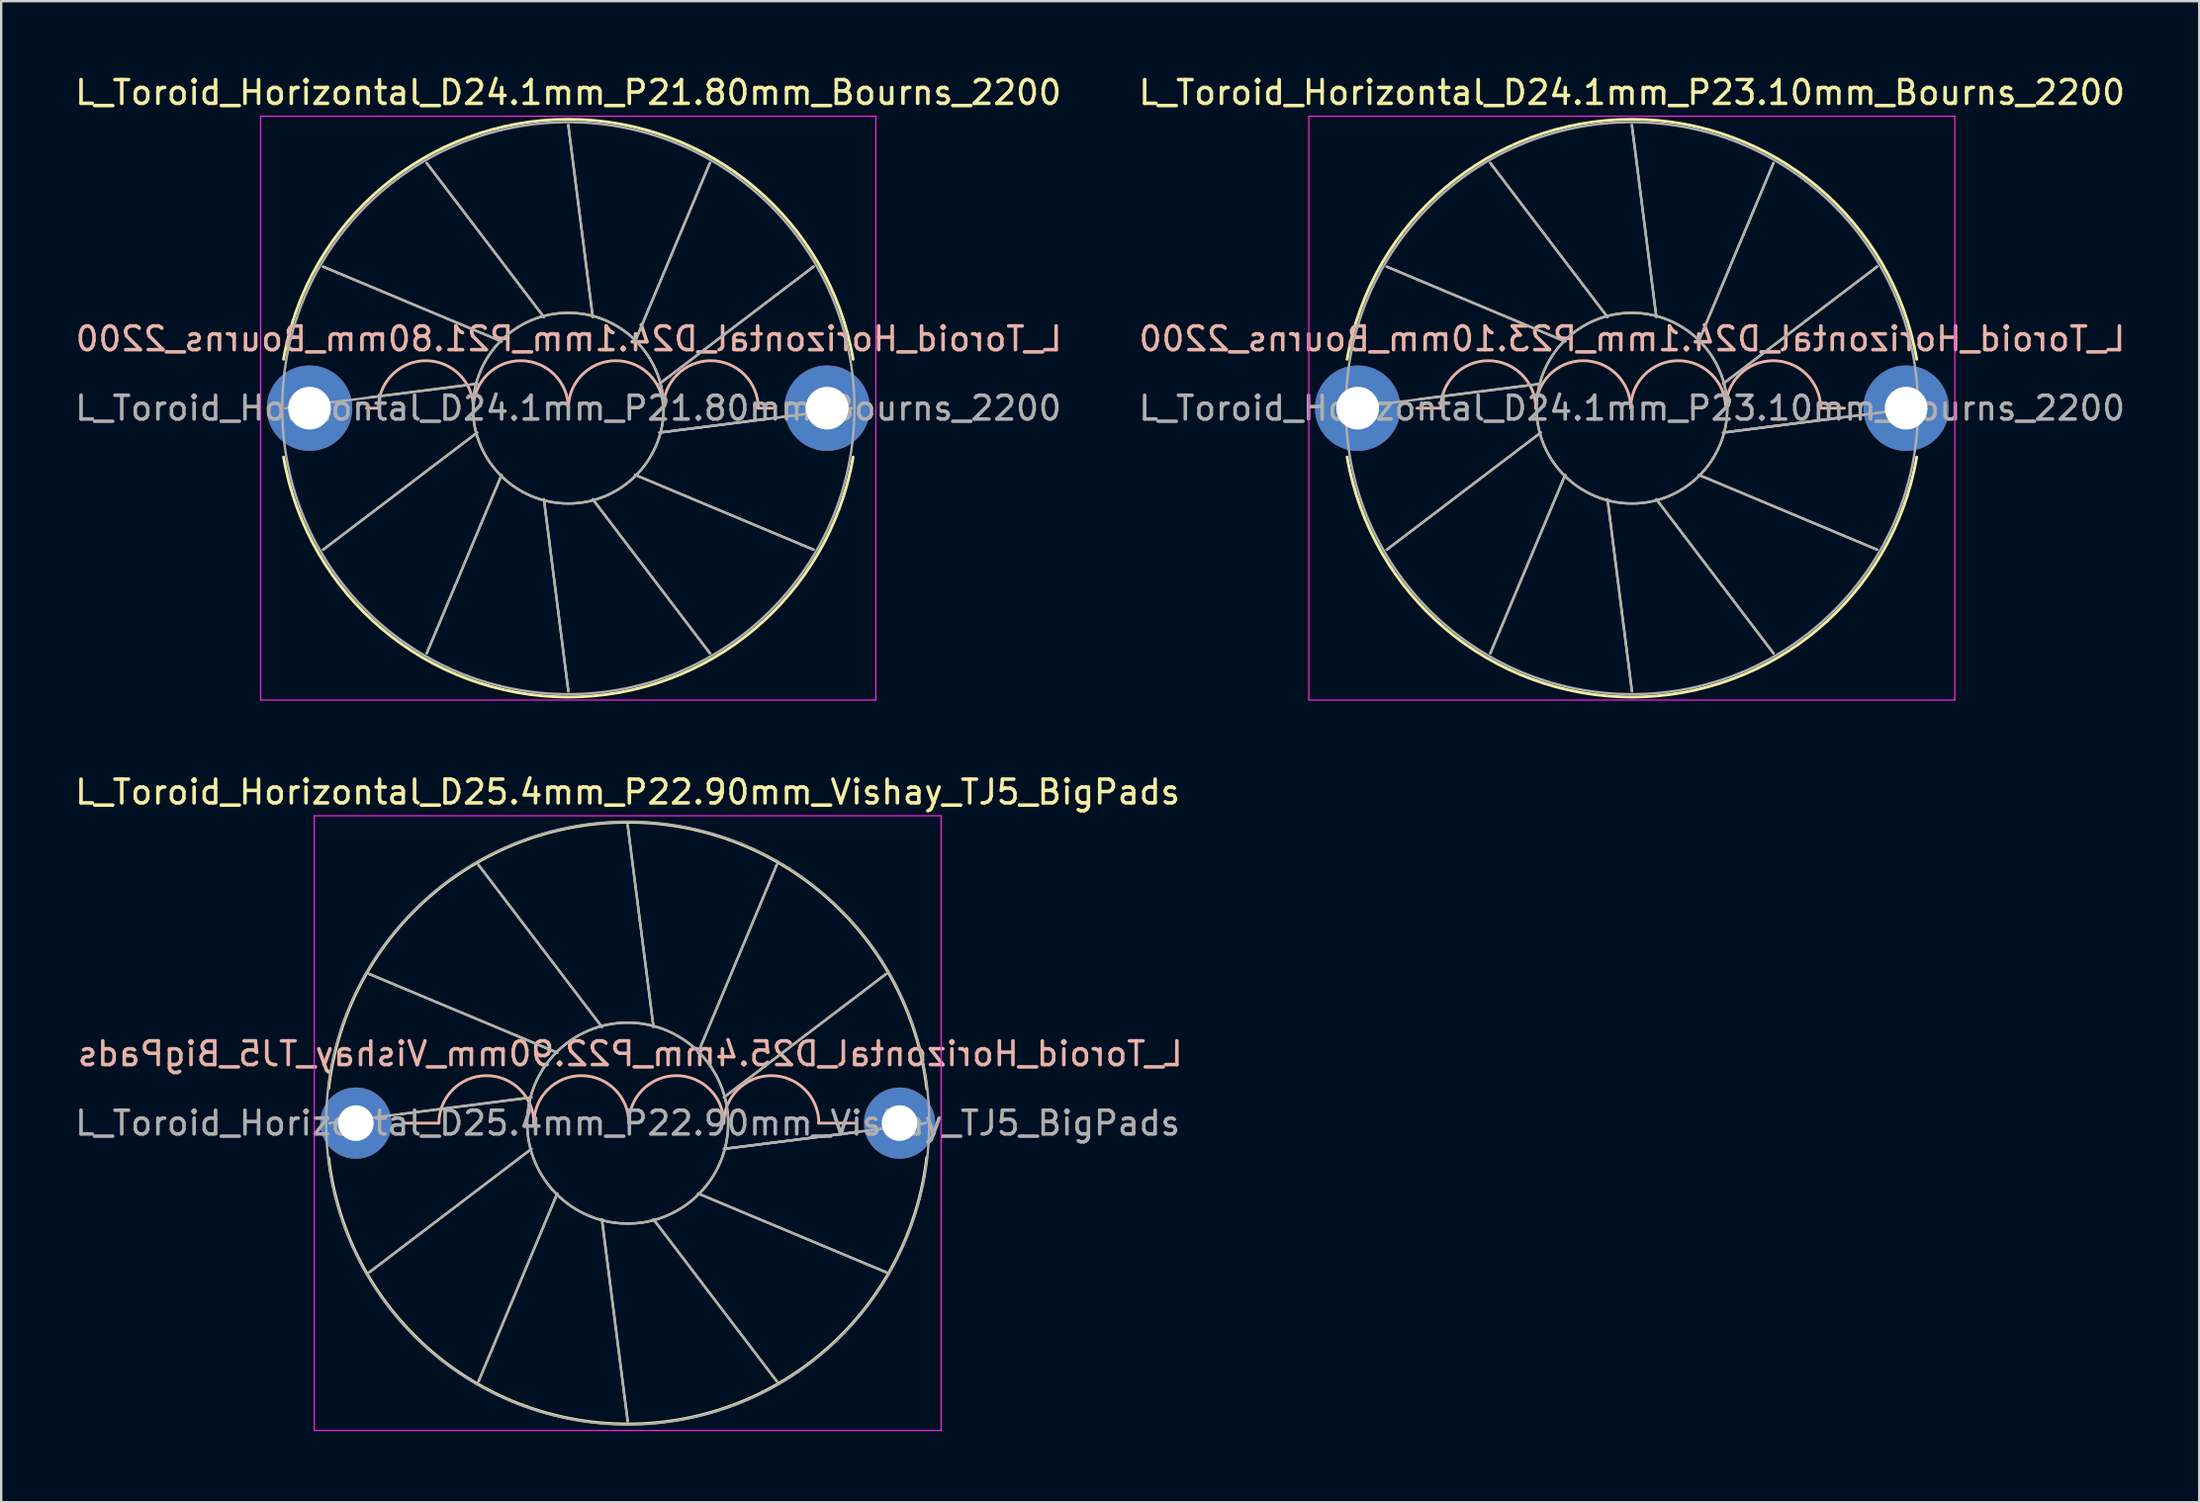
<source format=kicad_pcb>
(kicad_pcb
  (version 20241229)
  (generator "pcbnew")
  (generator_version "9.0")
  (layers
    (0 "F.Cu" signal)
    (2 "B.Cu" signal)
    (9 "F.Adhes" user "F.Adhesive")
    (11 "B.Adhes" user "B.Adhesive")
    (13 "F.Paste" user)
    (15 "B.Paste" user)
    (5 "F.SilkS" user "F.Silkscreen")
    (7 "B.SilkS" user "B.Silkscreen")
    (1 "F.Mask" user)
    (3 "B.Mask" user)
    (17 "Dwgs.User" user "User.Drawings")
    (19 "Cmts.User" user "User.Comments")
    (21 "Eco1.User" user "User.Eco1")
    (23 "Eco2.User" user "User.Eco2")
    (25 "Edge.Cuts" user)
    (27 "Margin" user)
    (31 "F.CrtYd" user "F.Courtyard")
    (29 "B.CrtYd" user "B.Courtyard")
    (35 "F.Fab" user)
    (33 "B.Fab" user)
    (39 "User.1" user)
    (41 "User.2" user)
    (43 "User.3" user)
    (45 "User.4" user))
  (footprint "L_Toroid_Horizontal_D24.1mm_P21.80mm_Bourns_2200"
    (layer "F.Cu")
    (at 9.987 14.148)
    (property "Reference" "L_Toroid_Horizontal_D24.1mm_P21.80mm_Bourns_2200" (at 10.9 -13.3 0) (layer "F.SilkS") (effects (font (size 1 1) (thickness 0.15))))
    (fp_line (start 0.571 -5.962) (end 8.089 -2.81) (stroke (width 0.1) (type solid)) (layer "F.SilkS"))
    (fp_line (start 0.572 5.964) (end 7.061 1.029) (stroke (width 0.1) (type solid)) (layer "F.SilkS"))
    (fp_line (start 2.477 -0.445) (end 7.061 -1.028) (stroke (width 0.1) (type solid)) (layer "F.SilkS"))
    (fp_line (start 4.935 -10.328) (end 9.871 -3.839) (stroke (width 0.1) (type solid)) (layer "F.SilkS"))
    (fp_line (start 4.937 10.329) (end 8.09 2.811) (stroke (width 0.1) (type solid)) (layer "F.SilkS"))
    (fp_line (start 10.898 -11.927) (end 11.928 -3.839) (stroke (width 0.1) (type solid)) (layer "F.SilkS"))
    (fp_line (start 10.901 11.927) (end 9.872 3.839) (stroke (width 0.1) (type solid)) (layer "F.SilkS"))
    (fp_line (start 16.862 -10.33) (end 13.71 -2.811) (stroke (width 0.1) (type solid)) (layer "F.SilkS"))
    (fp_line (start 16.864 10.329) (end 11.929 3.839) (stroke (width 0.1) (type solid)) (layer "F.SilkS"))
    (fp_line (start 19.304 0.445) (end 14.739 1.029) (stroke (width 0.1) (type solid)) (layer "F.SilkS"))
    (fp_line (start 21.228 -5.965) (end 14.739 -1.029) (stroke (width 0.1) (type solid)) (layer "F.SilkS"))
    (fp_line (start 21.229 5.963) (end 13.711 2.81) (stroke (width 0.1) (type solid)) (layer "F.SilkS"))
    (fp_arc (start -1.094386 -2.06) (mid 10.9 -12.17) (end 22.894386 -2.06) (stroke (width 0.12) (type solid)) (layer "F.SilkS"))
    (fp_arc (start 22.894386 2.06) (mid 10.9 12.17) (end -1.094386 2.06) (stroke (width 0.12) (type solid)) (layer "F.SilkS"))
    (fp_circle (center 10.9 0) (end 14.917 0) (stroke (width 0.1) (type solid)) (fill no) (layer "F.SilkS"))
    (fp_line (start 2.9 0) (end 2.4 0) (stroke (width 0.12) (type solid)) (layer "B.SilkS"))
    (fp_line (start 18.9 0) (end 19.5 0) (stroke (width 0.12) (type solid)) (layer "B.SilkS"))
    (fp_arc (start 2.9 0) (mid 4.9 -2) (end 6.9 0) (stroke (width 0.12) (type solid)) (layer "B.SilkS"))
    (fp_arc (start 6.9 0) (mid 8.9 -2) (end 10.9 0) (stroke (width 0.12) (type solid)) (layer "B.SilkS"))
    (fp_arc (start 10.9 0) (mid 12.9 -2) (end 14.9 0) (stroke (width 0.12) (type solid)) (layer "B.SilkS"))
    (fp_arc (start 14.9 0) (mid 16.9 -2) (end 18.9 0) (stroke (width 0.12) (type solid)) (layer "B.SilkS"))
    (fp_line (start -2.06 -12.3) (end -2.06 12.3) (stroke (width 0.05) (type solid)) (layer "F.CrtYd"))
    (fp_line (start -2.06 12.3) (end 23.85 12.3) (stroke (width 0.05) (type solid)) (layer "F.CrtYd"))
    (fp_line (start 23.85 -12.3) (end -2.06 -12.3) (stroke (width 0.05) (type solid)) (layer "F.CrtYd"))
    (fp_line (start 23.85 12.3) (end 23.85 -12.3) (stroke (width 0.05) (type solid)) (layer "F.CrtYd"))
    (fp_line (start -1.027 0.001) (end 7.061 -1.028) (stroke (width 0.1) (type solid)) (layer "F.Fab"))
    (fp_line (start 0.571 -5.962) (end 8.089 -2.81) (stroke (width 0.1) (type solid)) (layer "F.Fab"))
    (fp_line (start 0.572 5.964) (end 7.061 1.029) (stroke (width 0.1) (type solid)) (layer "F.Fab"))
    (fp_line (start 4.935 -10.328) (end 9.871 -3.839) (stroke (width 0.1) (type solid)) (layer "F.Fab"))
    (fp_line (start 4.937 10.329) (end 8.09 2.811) (stroke (width 0.1) (type solid)) (layer "F.Fab"))
    (fp_line (start 10.898 -11.927) (end 11.928 -3.839) (stroke (width 0.1) (type solid)) (layer "F.Fab"))
    (fp_line (start 10.901 11.927) (end 9.872 3.839) (stroke (width 0.1) (type solid)) (layer "F.Fab"))
    (fp_line (start 16.862 -10.33) (end 13.71 -2.811) (stroke (width 0.1) (type solid)) (layer "F.Fab"))
    (fp_line (start 16.864 10.329) (end 11.929 3.839) (stroke (width 0.1) (type solid)) (layer "F.Fab"))
    (fp_line (start 21.228 -5.965) (end 14.739 -1.029) (stroke (width 0.1) (type solid)) (layer "F.Fab"))
    (fp_line (start 21.229 5.963) (end 13.711 2.81) (stroke (width 0.1) (type solid)) (layer "F.Fab"))
    (fp_line (start 22.827 -0.002) (end 14.739 1.028) (stroke (width 0.1) (type solid)) (layer "F.Fab"))
    (fp_line (start 22.827 0) (end 14.739 1.029) (stroke (width 0.1) (type solid)) (layer "F.Fab"))
    (fp_circle (center 10.9 0) (end 14.917 0) (stroke (width 0.1) (type solid)) (fill no) (layer "F.Fab"))
    (fp_circle (center 10.9 0) (end 22.95 0) (stroke (width 0.1) (type solid)) (fill no) (layer "F.Fab"))
    (fp_text user "${REFERENCE}" (at 10.922 -2.921 0) (layer "B.SilkS") (effects (font (size 1 1) (thickness 0.15)) (justify mirror)))
    (fp_text user "${REFERENCE}" (at 10.9 0 0) (layer "F.Fab") (effects (font (size 1 1) (thickness 0.15))))
    (pad "1" thru_hole circle (at 0 0) (size 3.6 3.6) (drill 1.8) (layers "*.Cu" "*.Mask"))
    (pad "2" thru_hole circle (at 21.8 0) (size 3.6 3.6) (drill 1.8) (layers "*.Cu" "*.Mask")))
  (footprint "L_Toroid_Horizontal_D25.4mm_P22.90mm_Vishay_TJ5_BigPads"
    (layer "F.Cu")
    (at 11.937 44.272)
    (property "Reference" "L_Toroid_Horizontal_D25.4mm_P22.90mm_Vishay_TJ5_BigPads" (at 11.45 -13.95 0) (layer "F.SilkS") (effects (font (size 1 1) (thickness 0.15))))
    (fp_line (start 0.569 -6.281) (end 8.483 -2.966) (stroke (width 0.1) (type solid)) (layer "F.SilkS"))
    (fp_line (start 0.57 6.283) (end 7.397 1.086) (stroke (width 0.1) (type solid)) (layer "F.SilkS"))
    (fp_line (start 1.905 -0.381) (end 7.397 -1.085) (stroke (width 0.1) (type solid)) (layer "F.SilkS"))
    (fp_line (start 5.167 -10.88) (end 10.364 -4.052) (stroke (width 0.1) (type solid)) (layer "F.SilkS"))
    (fp_line (start 5.169 10.881) (end 8.483 2.967) (stroke (width 0.1) (type solid)) (layer "F.SilkS"))
    (fp_line (start 11.448 -12.564) (end 12.535 -4.053) (stroke (width 0.1) (type solid)) (layer "F.SilkS"))
    (fp_line (start 11.451 12.564) (end 10.364 4.053) (stroke (width 0.1) (type solid)) (layer "F.SilkS"))
    (fp_line (start 17.73 -10.881) (end 14.416 -2.967) (stroke (width 0.1) (type solid)) (layer "F.SilkS"))
    (fp_line (start 17.732 10.88) (end 12.536 4.053) (stroke (width 0.1) (type solid)) (layer "F.SilkS"))
    (fp_line (start 21.082 0.381) (end 15.503 1.086) (stroke (width 0.1) (type solid)) (layer "F.SilkS"))
    (fp_line (start 22.329 -6.284) (end 15.502 -1.087) (stroke (width 0.1) (type solid)) (layer "F.SilkS"))
    (fp_line (start 22.33 6.282) (end 14.417 2.967) (stroke (width 0.1) (type solid)) (layer "F.SilkS"))
    (fp_arc (start -1.143 -1.4605) (mid 11.458425 -12.677407) (end 24.04493 -1.443761) (stroke (width 0.12) (type solid)) (layer "F.SilkS"))
    (fp_arc (start 24.044874 1.44425) (mid 11.458179 12.677407) (end -1.143 1.4605) (stroke (width 0.12) (type solid)) (layer "F.SilkS"))
    (fp_circle (center 11.45 0) (end 15.683 0) (stroke (width 0.1) (type solid)) (fill no) (layer "F.SilkS"))
    (fp_line (start 3.5 0) (end 2 0) (stroke (width 0.12) (type solid)) (layer "B.SilkS"))
    (fp_line (start 19.5 0) (end 21 0) (stroke (width 0.12) (type solid)) (layer "B.SilkS"))
    (fp_arc (start 3.5 0) (mid 5.5 -2) (end 7.5 0) (stroke (width 0.12) (type solid)) (layer "B.SilkS"))
    (fp_arc (start 7.5 0) (mid 9.5 -2) (end 11.5 0) (stroke (width 0.12) (type solid)) (layer "B.SilkS"))
    (fp_arc (start 11.5 0) (mid 13.5 -2) (end 15.5 0) (stroke (width 0.12) (type solid)) (layer "B.SilkS"))
    (fp_arc (start 15.5 0) (mid 17.5 -2) (end 19.5 0) (stroke (width 0.12) (type solid)) (layer "B.SilkS"))
    (fp_line (start -1.75 -12.95) (end -1.75 12.95) (stroke (width 0.05) (type solid)) (layer "F.CrtYd"))
    (fp_line (start -1.75 12.95) (end 24.65 12.95) (stroke (width 0.05) (type solid)) (layer "F.CrtYd"))
    (fp_line (start 24.65 -12.95) (end -1.75 -12.95) (stroke (width 0.05) (type solid)) (layer "F.CrtYd"))
    (fp_line (start 24.65 12.95) (end 24.65 -12.95) (stroke (width 0.05) (type solid)) (layer "F.CrtYd"))
    (fp_line (start -1.114 0.001) (end 7.397 -1.085) (stroke (width 0.1) (type solid)) (layer "F.Fab"))
    (fp_line (start 0.569 -6.281) (end 8.483 -2.966) (stroke (width 0.1) (type solid)) (layer "F.Fab"))
    (fp_line (start 0.57 6.283) (end 7.397 1.086) (stroke (width 0.1) (type solid)) (layer "F.Fab"))
    (fp_line (start 5.167 -10.88) (end 10.364 -4.052) (stroke (width 0.1) (type solid)) (layer "F.Fab"))
    (fp_line (start 5.169 10.881) (end 8.483 2.967) (stroke (width 0.1) (type solid)) (layer "F.Fab"))
    (fp_line (start 11.448 -12.564) (end 12.535 -4.053) (stroke (width 0.1) (type solid)) (layer "F.Fab"))
    (fp_line (start 11.451 12.564) (end 10.364 4.053) (stroke (width 0.1) (type solid)) (layer "F.Fab"))
    (fp_line (start 17.73 -10.881) (end 14.416 -2.967) (stroke (width 0.1) (type solid)) (layer "F.Fab"))
    (fp_line (start 17.732 10.88) (end 12.536 4.053) (stroke (width 0.1) (type solid)) (layer "F.Fab"))
    (fp_line (start 22.329 -6.284) (end 15.502 -1.087) (stroke (width 0.1) (type solid)) (layer "F.Fab"))
    (fp_line (start 22.33 6.282) (end 14.417 2.967) (stroke (width 0.1) (type solid)) (layer "F.Fab"))
    (fp_line (start 24.014 -0.002) (end 15.503 1.085) (stroke (width 0.1) (type solid)) (layer "F.Fab"))
    (fp_line (start 24.014 0) (end 15.503 1.086) (stroke (width 0.1) (type solid)) (layer "F.Fab"))
    (fp_circle (center 11.45 0) (end 15.683 0) (stroke (width 0.1) (type solid)) (fill no) (layer "F.Fab"))
    (fp_circle (center 11.45 0) (end 24.15 0) (stroke (width 0.1) (type solid)) (fill no) (layer "F.Fab"))
    (fp_text user "${REFERENCE}" (at 11.557 -2.921 0) (layer "B.SilkS") (effects (font (size 1 1) (thickness 0.15)) (justify mirror)))
    (fp_text user "${REFERENCE}" (at 11.45 0 0) (layer "F.Fab") (effects (font (size 1 1) (thickness 0.15))))
    (pad "1" thru_hole circle (at 0 0) (size 3 3) (drill 1.5) (layers "*.Cu" "*.Mask"))
    (pad "2" thru_hole circle (at 22.9 0) (size 3 3) (drill 1.5) (layers "*.Cu" "*.Mask")))
  (footprint "L_Toroid_Horizontal_D24.1mm_P23.10mm_Bourns_2200"
    (layer "F.Cu")
    (at 54.133 14.148)
    (property "Reference" "L_Toroid_Horizontal_D24.1mm_P23.10mm_Bourns_2200" (at 11.55 -13.3 0) (layer "F.SilkS") (effects (font (size 1 1) (thickness 0.15))))
    (fp_line (start 1.221 -5.962) (end 8.739 -2.81) (stroke (width 0.1) (type solid)) (layer "F.SilkS"))
    (fp_line (start 1.222 5.964) (end 7.711 1.029) (stroke (width 0.1) (type solid)) (layer "F.SilkS"))
    (fp_line (start 2.603 -0.381) (end 7.711 -1.028) (stroke (width 0.1) (type solid)) (layer "F.SilkS"))
    (fp_line (start 5.585 -10.328) (end 10.521 -3.839) (stroke (width 0.1) (type solid)) (layer "F.SilkS"))
    (fp_line (start 5.587 10.329) (end 8.74 2.811) (stroke (width 0.1) (type solid)) (layer "F.SilkS"))
    (fp_line (start 11.548 -11.927) (end 12.578 -3.839) (stroke (width 0.1) (type solid)) (layer "F.SilkS"))
    (fp_line (start 11.551 11.927) (end 10.522 3.839) (stroke (width 0.1) (type solid)) (layer "F.SilkS"))
    (fp_line (start 17.512 -10.33) (end 14.36 -2.811) (stroke (width 0.1) (type solid)) (layer "F.SilkS"))
    (fp_line (start 17.514 10.329) (end 12.579 3.839) (stroke (width 0.1) (type solid)) (layer "F.SilkS"))
    (fp_line (start 20.447 0.381) (end 15.389 1.029) (stroke (width 0.1) (type solid)) (layer "F.SilkS"))
    (fp_line (start 21.878 -5.965) (end 15.389 -1.029) (stroke (width 0.1) (type solid)) (layer "F.SilkS"))
    (fp_line (start 21.879 5.963) (end 14.361 2.81) (stroke (width 0.1) (type solid)) (layer "F.SilkS"))
    (fp_arc (start -0.444386 -2.06) (mid 11.55 -12.17) (end 23.544386 -2.06) (stroke (width 0.12) (type solid)) (layer "F.SilkS"))
    (fp_arc (start 23.544386 2.06) (mid 11.55 12.17) (end -0.444386 2.06) (stroke (width 0.12) (type solid)) (layer "F.SilkS"))
    (fp_circle (center 11.55 0) (end 15.567 0) (stroke (width 0.1) (type solid)) (fill no) (layer "F.SilkS"))
    (fp_line (start 3.5 0) (end 2.5 0) (stroke (width 0.12) (type solid)) (layer "B.SilkS"))
    (fp_line (start 19.5 0) (end 20.5 0) (stroke (width 0.12) (type solid)) (layer "B.SilkS"))
    (fp_arc (start 3.5 0) (mid 5.5 -2) (end 7.5 0) (stroke (width 0.12) (type solid)) (layer "B.SilkS"))
    (fp_arc (start 7.5 0) (mid 9.5 -2) (end 11.5 0) (stroke (width 0.12) (type solid)) (layer "B.SilkS"))
    (fp_arc (start 11.5 0) (mid 13.5 -2) (end 15.5 0) (stroke (width 0.12) (type solid)) (layer "B.SilkS"))
    (fp_arc (start 15.5 0) (mid 17.5 -2) (end 19.5 0) (stroke (width 0.12) (type solid)) (layer "B.SilkS"))
    (fp_line (start -2.06 -12.3) (end -2.06 12.3) (stroke (width 0.05) (type solid)) (layer "F.CrtYd"))
    (fp_line (start -2.06 12.3) (end 25.15 12.3) (stroke (width 0.05) (type solid)) (layer "F.CrtYd"))
    (fp_line (start 25.15 -12.3) (end -2.06 -12.3) (stroke (width 0.05) (type solid)) (layer "F.CrtYd"))
    (fp_line (start 25.15 12.3) (end 25.15 -12.3) (stroke (width 0.05) (type solid)) (layer "F.CrtYd"))
    (fp_line (start -0.377 0.001) (end 7.711 -1.028) (stroke (width 0.1) (type solid)) (layer "F.Fab"))
    (fp_line (start 1.221 -5.962) (end 8.739 -2.81) (stroke (width 0.1) (type solid)) (layer "F.Fab"))
    (fp_line (start 1.222 5.964) (end 7.711 1.029) (stroke (width 0.1) (type solid)) (layer "F.Fab"))
    (fp_line (start 5.585 -10.328) (end 10.521 -3.839) (stroke (width 0.1) (type solid)) (layer "F.Fab"))
    (fp_line (start 5.587 10.329) (end 8.74 2.811) (stroke (width 0.1) (type solid)) (layer "F.Fab"))
    (fp_line (start 11.548 -11.927) (end 12.578 -3.839) (stroke (width 0.1) (type solid)) (layer "F.Fab"))
    (fp_line (start 11.551 11.927) (end 10.522 3.839) (stroke (width 0.1) (type solid)) (layer "F.Fab"))
    (fp_line (start 17.512 -10.33) (end 14.36 -2.811) (stroke (width 0.1) (type solid)) (layer "F.Fab"))
    (fp_line (start 17.514 10.329) (end 12.579 3.839) (stroke (width 0.1) (type solid)) (layer "F.Fab"))
    (fp_line (start 21.878 -5.965) (end 15.389 -1.029) (stroke (width 0.1) (type solid)) (layer "F.Fab"))
    (fp_line (start 21.879 5.963) (end 14.361 2.81) (stroke (width 0.1) (type solid)) (layer "F.Fab"))
    (fp_line (start 23.477 -0.002) (end 15.389 1.028) (stroke (width 0.1) (type solid)) (layer "F.Fab"))
    (fp_line (start 23.477 0) (end 15.389 1.029) (stroke (width 0.1) (type solid)) (layer "F.Fab"))
    (fp_circle (center 11.55 0) (end 15.567 0) (stroke (width 0.1) (type solid)) (fill no) (layer "F.Fab"))
    (fp_circle (center 11.55 0) (end 23.6 0) (stroke (width 0.1) (type solid)) (fill no) (layer "F.Fab"))
    (fp_text user "${REFERENCE}" (at 11.557 -2.921 0) (layer "B.SilkS") (effects (font (size 1 1) (thickness 0.15)) (justify mirror)))
    (fp_text user "${REFERENCE}" (at 11.55 0 0) (layer "F.Fab") (effects (font (size 1 1) (thickness 0.15))))
    (pad "1" thru_hole circle (at 0 0) (size 3.6 3.6) (drill 1.8) (layers "*.Cu" "*.Mask"))
    (pad "2" thru_hole circle (at 23.1 0) (size 3.6 3.6) (drill 1.8) (layers "*.Cu" "*.Mask")))
  (gr_rect
    (start -3 -3)
    (end 89.577 60.246)
    (stroke (width 0.1) (type default))
    (fill no)
    (layer "Edge.Cuts")))
</source>
